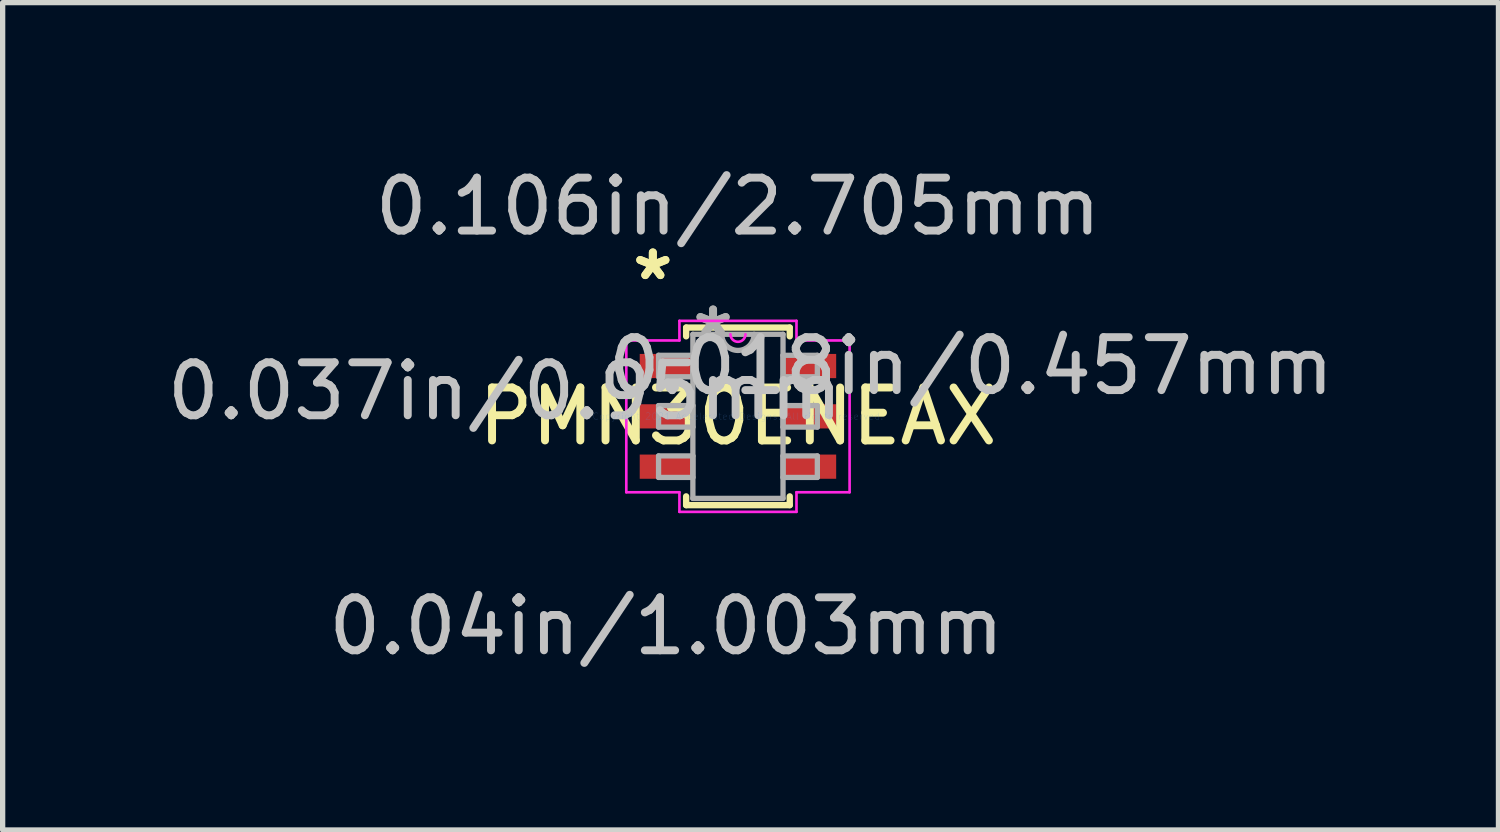
<source format=kicad_pcb>
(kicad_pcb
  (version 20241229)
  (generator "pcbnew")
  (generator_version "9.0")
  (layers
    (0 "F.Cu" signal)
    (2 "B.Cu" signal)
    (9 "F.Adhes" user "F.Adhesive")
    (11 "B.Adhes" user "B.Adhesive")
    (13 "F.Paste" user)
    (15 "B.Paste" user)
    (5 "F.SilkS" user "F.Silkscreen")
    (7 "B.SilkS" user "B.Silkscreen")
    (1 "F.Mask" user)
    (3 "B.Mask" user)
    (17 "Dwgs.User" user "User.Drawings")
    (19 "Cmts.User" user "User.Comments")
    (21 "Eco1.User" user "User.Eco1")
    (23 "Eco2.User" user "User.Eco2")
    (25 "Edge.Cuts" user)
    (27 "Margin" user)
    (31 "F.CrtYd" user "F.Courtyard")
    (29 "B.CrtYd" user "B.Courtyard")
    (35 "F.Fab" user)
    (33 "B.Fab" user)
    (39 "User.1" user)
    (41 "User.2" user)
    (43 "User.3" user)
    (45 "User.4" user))
  (footprint "PMN30ENEAX"
    (layer "F.Cu")
    (at 10.883 4.811)
    (property "Reference" "PMN30ENEAX" (at 0 0 0) (layer "F.SilkS") (effects (font (size 1 1) (thickness 0.15))))
    (attr through_hole)
    (fp_line (start -0.978 -1.676) (end -0.978 -1.511) (stroke (width 0.12) (type solid)) (layer "F.SilkS"))
    (fp_line (start -0.978 1.511) (end -0.978 1.676) (stroke (width 0.12) (type solid)) (layer "F.SilkS"))
    (fp_line (start -0.978 1.676) (end 0.978 1.676) (stroke (width 0.12) (type solid)) (layer "F.SilkS"))
    (fp_line (start 0.978 -1.676) (end -0.978 -1.676) (stroke (width 0.12) (type solid)) (layer "F.SilkS"))
    (fp_line (start 0.978 -1.511) (end 0.978 -1.676) (stroke (width 0.12) (type solid)) (layer "F.SilkS"))
    (fp_line (start 0.978 1.676) (end 0.978 1.511) (stroke (width 0.12) (type solid)) (layer "F.SilkS"))
    (fp_line (start -2.108 -1.433) (end -1.105 -1.433) (stroke (width 0.05) (type solid)) (layer "F.CrtYd"))
    (fp_line (start -2.108 1.433) (end -2.108 -1.433) (stroke (width 0.05) (type solid)) (layer "F.CrtYd"))
    (fp_line (start -1.105 -1.803) (end 1.105 -1.803) (stroke (width 0.05) (type solid)) (layer "F.CrtYd"))
    (fp_line (start -1.105 -1.433) (end -1.105 -1.803) (stroke (width 0.05) (type solid)) (layer "F.CrtYd"))
    (fp_line (start -1.105 1.433) (end -2.108 1.433) (stroke (width 0.05) (type solid)) (layer "F.CrtYd"))
    (fp_line (start -1.105 1.803) (end -1.105 1.433) (stroke (width 0.05) (type solid)) (layer "F.CrtYd"))
    (fp_line (start 1.105 -1.803) (end 1.105 -1.433) (stroke (width 0.05) (type solid)) (layer "F.CrtYd"))
    (fp_line (start 1.105 -1.433) (end 2.108 -1.433) (stroke (width 0.05) (type solid)) (layer "F.CrtYd"))
    (fp_line (start 1.105 1.433) (end 1.105 1.803) (stroke (width 0.05) (type solid)) (layer "F.CrtYd"))
    (fp_line (start 1.105 1.803) (end -1.105 1.803) (stroke (width 0.05) (type solid)) (layer "F.CrtYd"))
    (fp_line (start 2.108 -1.433) (end 2.108 1.433) (stroke (width 0.05) (type solid)) (layer "F.CrtYd"))
    (fp_line (start 2.108 1.433) (end 1.105 1.433) (stroke (width 0.05) (type solid)) (layer "F.CrtYd"))
    (fp_arc (start 0.141817 -1.5494) (mid 0 -1.407583) (end -0.141817 -1.5494) (stroke (width 0.05) (type solid)) (layer "F.CrtYd"))
    (fp_line (start -1.499 -1.153) (end -1.499 -0.747) (stroke (width 0.1) (type solid)) (layer "F.Fab"))
    (fp_line (start -1.499 -0.747) (end -0.851 -0.747) (stroke (width 0.1) (type solid)) (layer "F.Fab"))
    (fp_line (start -1.499 -0.203) (end -1.499 0.203) (stroke (width 0.1) (type solid)) (layer "F.Fab"))
    (fp_line (start -1.499 0.203) (end -0.851 0.203) (stroke (width 0.1) (type solid)) (layer "F.Fab"))
    (fp_line (start -1.499 0.747) (end -1.499 1.153) (stroke (width 0.1) (type solid)) (layer "F.Fab"))
    (fp_line (start -1.499 1.153) (end -0.851 1.153) (stroke (width 0.1) (type solid)) (layer "F.Fab"))
    (fp_line (start -0.851 -1.549) (end -0.851 1.549) (stroke (width 0.1) (type solid)) (layer "F.Fab"))
    (fp_line (start -0.851 -1.153) (end -1.499 -1.153) (stroke (width 0.1) (type solid)) (layer "F.Fab"))
    (fp_line (start -0.851 -0.747) (end -0.851 -1.153) (stroke (width 0.1) (type solid)) (layer "F.Fab"))
    (fp_line (start -0.851 -0.203) (end -1.499 -0.203) (stroke (width 0.1) (type solid)) (layer "F.Fab"))
    (fp_line (start -0.851 0.203) (end -0.851 -0.203) (stroke (width 0.1) (type solid)) (layer "F.Fab"))
    (fp_line (start -0.851 0.747) (end -1.499 0.747) (stroke (width 0.1) (type solid)) (layer "F.Fab"))
    (fp_line (start -0.851 1.153) (end -0.851 0.747) (stroke (width 0.1) (type solid)) (layer "F.Fab"))
    (fp_line (start -0.851 1.549) (end 0.851 1.549) (stroke (width 0.1) (type solid)) (layer "F.Fab"))
    (fp_line (start 0.851 -1.549) (end -0.851 -1.549) (stroke (width 0.1) (type solid)) (layer "F.Fab"))
    (fp_line (start 0.851 -1.153) (end 0.851 -0.747) (stroke (width 0.1) (type solid)) (layer "F.Fab"))
    (fp_line (start 0.851 -0.747) (end 1.499 -0.747) (stroke (width 0.1) (type solid)) (layer "F.Fab"))
    (fp_line (start 0.851 -0.203) (end 0.851 0.203) (stroke (width 0.1) (type solid)) (layer "F.Fab"))
    (fp_line (start 0.851 0.203) (end 1.499 0.203) (stroke (width 0.1) (type solid)) (layer "F.Fab"))
    (fp_line (start 0.851 0.747) (end 0.851 1.153) (stroke (width 0.1) (type solid)) (layer "F.Fab"))
    (fp_line (start 0.851 1.153) (end 1.499 1.153) (stroke (width 0.1) (type solid)) (layer "F.Fab"))
    (fp_line (start 0.851 1.549) (end 0.851 -1.549) (stroke (width 0.1) (type solid)) (layer "F.Fab"))
    (fp_line (start 1.499 -1.153) (end 0.851 -1.153) (stroke (width 0.1) (type solid)) (layer "F.Fab"))
    (fp_line (start 1.499 -0.747) (end 1.499 -1.153) (stroke (width 0.1) (type solid)) (layer "F.Fab"))
    (fp_line (start 1.499 -0.203) (end 0.851 -0.203) (stroke (width 0.1) (type solid)) (layer "F.Fab"))
    (fp_line (start 1.499 0.203) (end 1.499 -0.203) (stroke (width 0.1) (type solid)) (layer "F.Fab"))
    (fp_line (start 1.499 0.747) (end 0.851 0.747) (stroke (width 0.1) (type solid)) (layer "F.Fab"))
    (fp_line (start 1.499 1.153) (end 1.499 0.747) (stroke (width 0.1) (type solid)) (layer "F.Fab"))
    (fp_arc (start 0.3048 -1.5494) (mid 0 -1.2446) (end -0.3048 -1.5494) (stroke (width 0.1) (type solid)) (layer "F.Fab"))
    (fp_text user "*" (at -1.607 -2.55 0) (layer "F.SilkS") (effects (font (size 1 1) (thickness 0.15))))
    (fp_text user "*" (at -1.607 -2.55 0) (layer "F.SilkS") (effects (font (size 1 1) (thickness 0.15))))
    (fp_text user "0.018in/0.457mm" (at 4.401 -0.95 0) (layer "Dwgs.User") (effects (font (size 1 1) (thickness 0.15))))
    (fp_text user "0.04in/1.003mm" (at -1.353 3.962 0) (layer "Dwgs.User") (effects (font (size 1 1) (thickness 0.15))))
    (fp_text user "0.106in/2.705mm" (at 0 -3.962 0) (layer "Dwgs.User") (effects (font (size 1 1) (thickness 0.15))))
    (fp_text user "0.037in/0.95mm" (at -4.401 -0.475 0) (layer "Dwgs.User") (effects (font (size 1 1) (thickness 0.15))))
    (fp_text user "Copyright 2021 Accelerated Designs. All rights reserved." (at 0 0 0) (layer "Cmts.User") (effects (font (size 0.127 0.127) (thickness 0.002))))
    (fp_text user "*" (at -0.47 -1.473 0) (layer "F.Fab") (effects (font (size 1 1) (thickness 0.15))))
    (fp_text user "*" (at -0.47 -1.473 0) (layer "F.Fab") (effects (font (size 1 1) (thickness 0.15))))
    (pad "1" smd rect (at -1.353 -0.95) (size 1.003 0.457) (layers "F.Cu" "F.Mask" "F.Paste"))
    (pad "2" smd rect (at -1.353 0) (size 1.003 0.457) (layers "F.Cu" "F.Mask" "F.Paste"))
    (pad "3" smd rect (at -1.353 0.95) (size 1.003 0.457) (layers "F.Cu" "F.Mask" "F.Paste"))
    (pad "4" smd rect (at 1.353 0.95) (size 1.003 0.457) (layers "F.Cu" "F.Mask" "F.Paste"))
    (pad "5" smd rect (at 1.353 0) (size 1.003 0.457) (layers "F.Cu" "F.Mask" "F.Paste"))
    (pad "6" smd rect (at 1.353 -0.95) (size 1.003 0.457) (layers "F.Cu" "F.Mask" "F.Paste")))
  (gr_rect
    (start -3 -3)
    (end 25.242 12.621)
    (stroke (width 0.1) (type default))
    (fill no)
    (layer "Edge.Cuts")))
</source>
